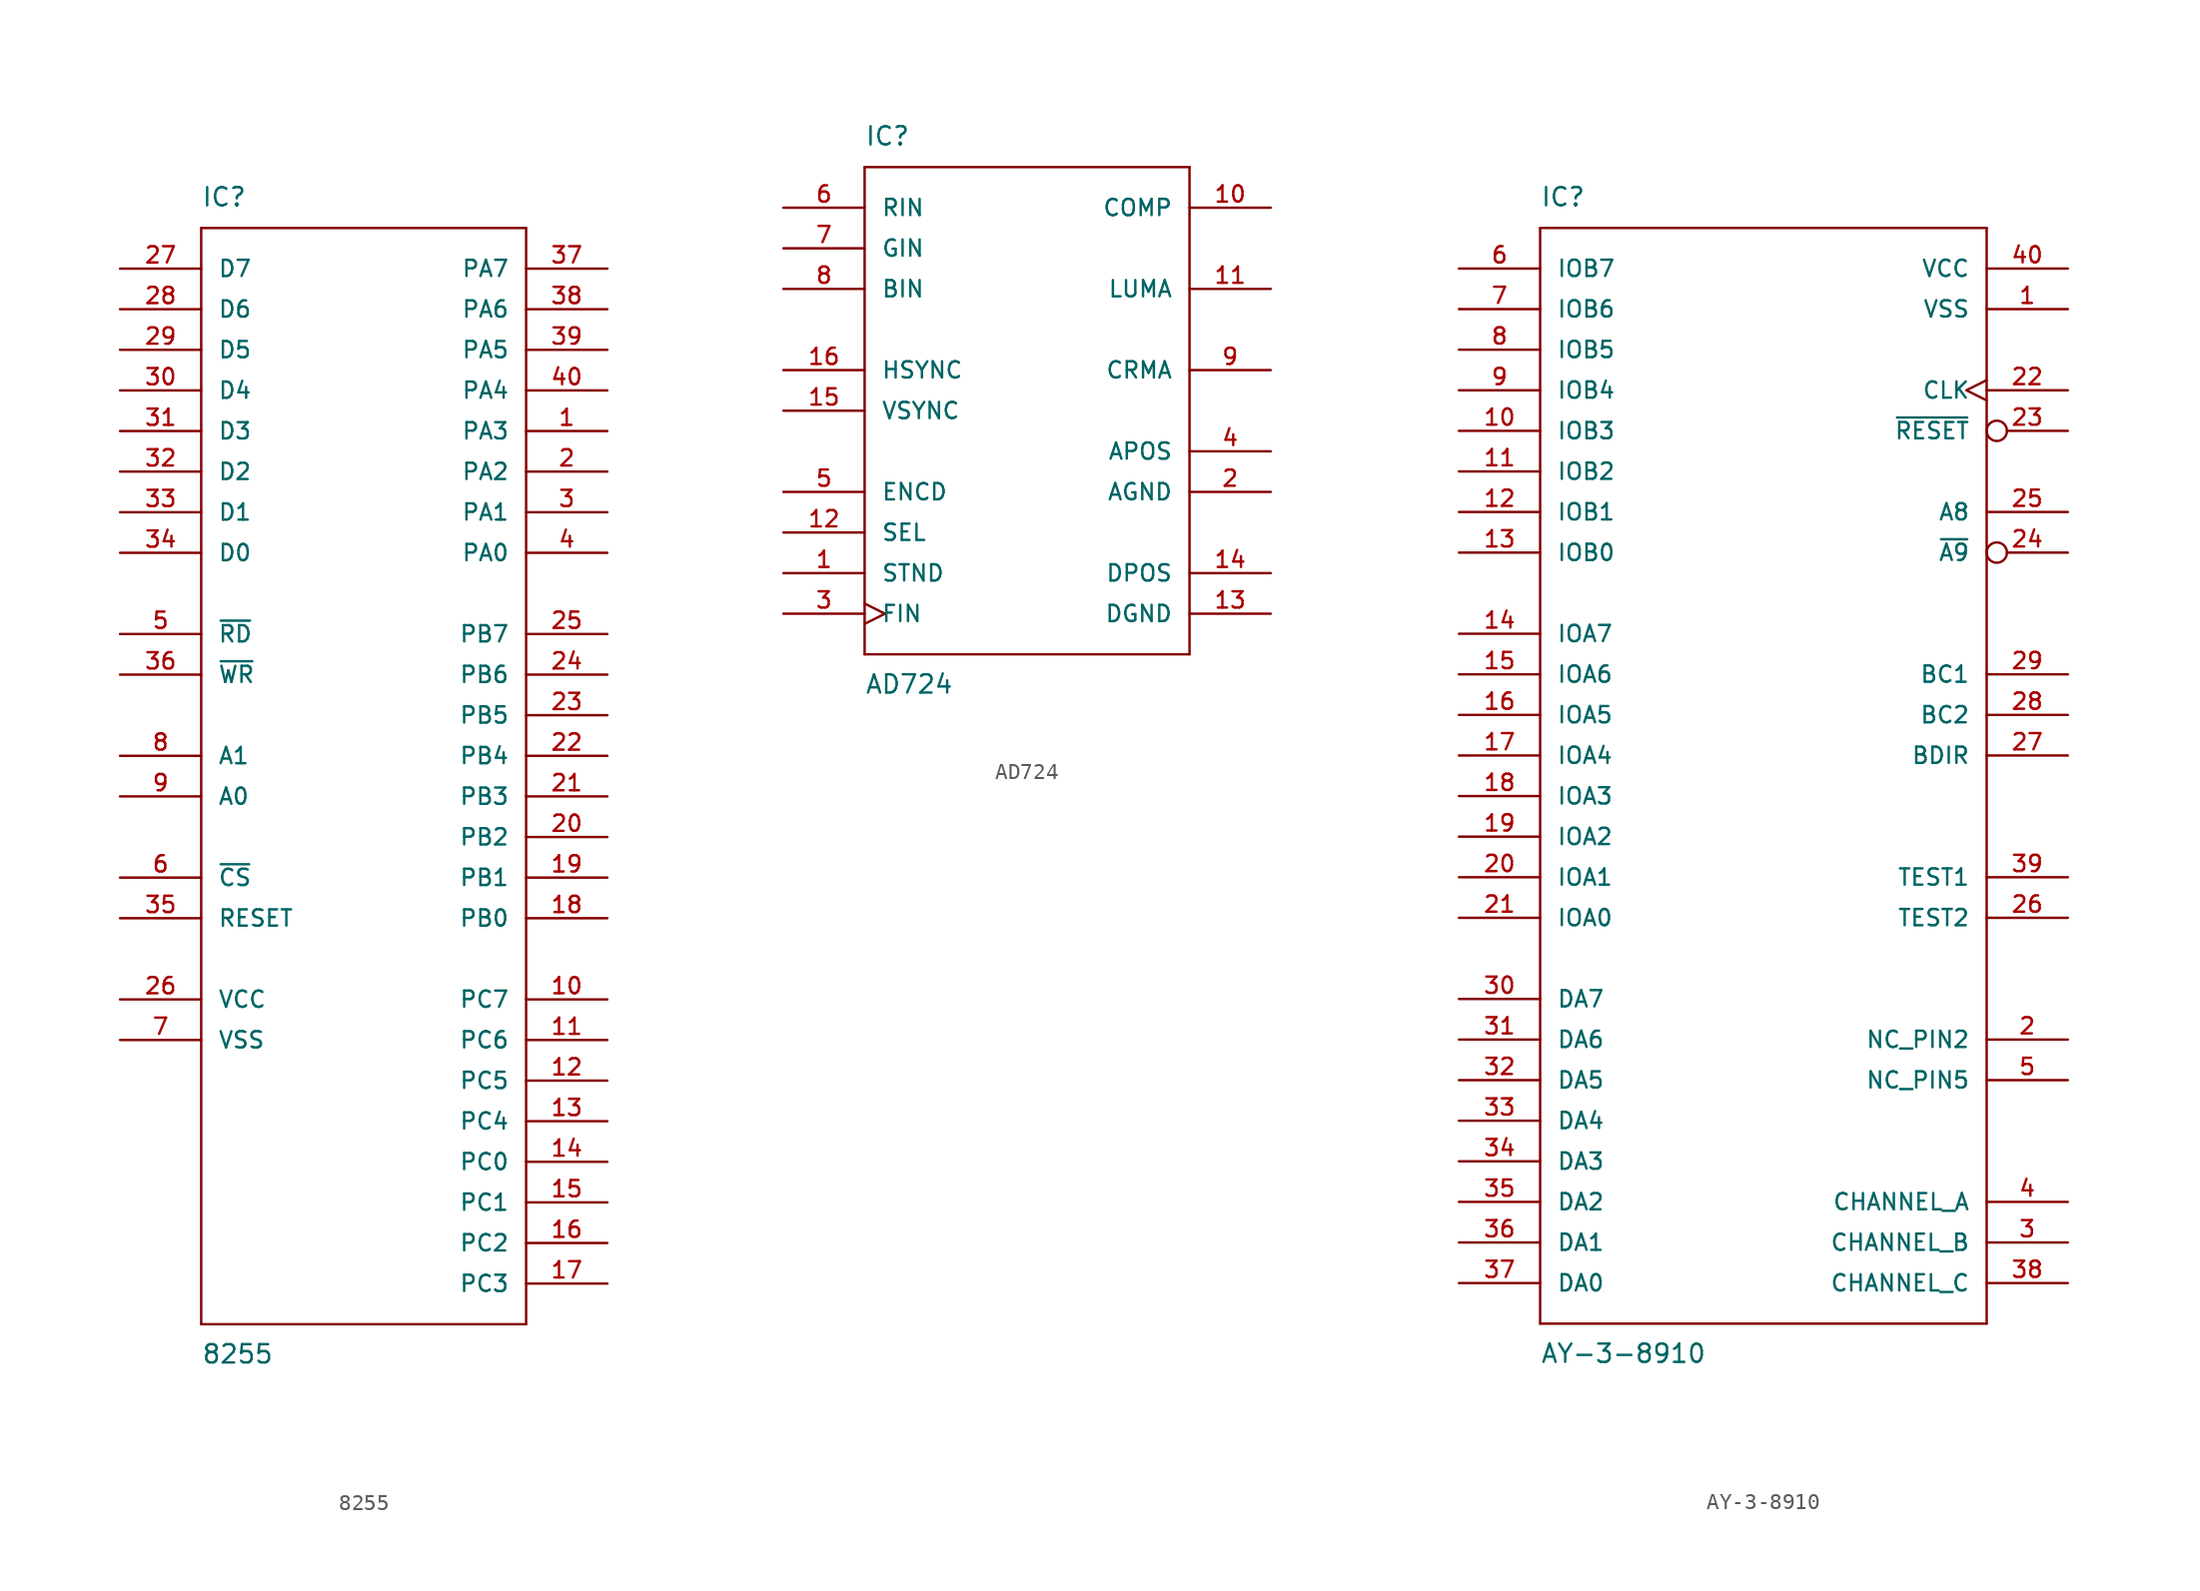
<source format=kicad_sym>
(kicad_symbol_lib
  (version 20211014)
  (generator kicad_symbol_editor)
  (symbol "8255"
    (pin_names
      (offset 1.016))
    (property "Reference" "IC"
      (at -10.16 36.83 0)
      (effects (font (size 1.143 1.143)) (justify left bottom)))
    (property "Value" "8255"
      (at -10.16 -35.56 0)
      (effects (font (size 1.143 1.143)) (justify left bottom)))
    (property "ki_locked" ""
      (at 0 0 0)
      (effects (font (size 1.27 1.27))))
    (symbol "8255_1_0"
      (polyline (pts (xy -10.16 -33.02) (xy -10.16 35.56)) (stroke (width 0) (type default) (color 0 0 0 0)) (fill (type none)))
      (polyline (pts (xy -10.16 35.56) (xy 10.16 35.56)) (stroke (width 0) (type default) (color 0 0 0 0)) (fill (type none)))
      (polyline (pts (xy 10.16 -33.02) (xy -10.16 -33.02)) (stroke (width 0) (type default) (color 0 0 0 0)) (fill (type none)))
      (polyline (pts (xy 10.16 35.56) (xy 10.16 -33.02)) (stroke (width 0) (type default) (color 0 0 0 0)) (fill (type none))))
    (symbol "8255_1_1"
      (pin bidirectional line (at 15.24 22.86 180) (length 5.08) (name "PA3" (effects (font (size 1.016 1.016)))) (number "1" (effects (font (size 1.016 1.016)))))
      (pin bidirectional line (at 15.24 -12.7 180) (length 5.08) (name "PC7" (effects (font (size 1.016 1.016)))) (number "10" (effects (font (size 1.016 1.016)))))
      (pin bidirectional line (at 15.24 -15.24 180) (length 5.08) (name "PC6" (effects (font (size 1.016 1.016)))) (number "11" (effects (font (size 1.016 1.016)))))
      (pin bidirectional line (at 15.24 -17.78 180) (length 5.08) (name "PC5" (effects (font (size 1.016 1.016)))) (number "12" (effects (font (size 1.016 1.016)))))
      (pin bidirectional line (at 15.24 -20.32 180) (length 5.08) (name "PC4" (effects (font (size 1.016 1.016)))) (number "13" (effects (font (size 1.016 1.016)))))
      (pin bidirectional line (at 15.24 -22.86 180) (length 5.08) (name "PC0" (effects (font (size 1.016 1.016)))) (number "14" (effects (font (size 1.016 1.016)))))
      (pin bidirectional line (at 15.24 -25.4 180) (length 5.08) (name "PC1" (effects (font (size 1.016 1.016)))) (number "15" (effects (font (size 1.016 1.016)))))
      (pin bidirectional line (at 15.24 -27.94 180) (length 5.08) (name "PC2" (effects (font (size 1.016 1.016)))) (number "16" (effects (font (size 1.016 1.016)))))
      (pin bidirectional line (at 15.24 -30.48 180) (length 5.08) (name "PC3" (effects (font (size 1.016 1.016)))) (number "17" (effects (font (size 1.016 1.016)))))
      (pin bidirectional line (at 15.24 -7.62 180) (length 5.08) (name "PB0" (effects (font (size 1.016 1.016)))) (number "18" (effects (font (size 1.016 1.016)))))
      (pin bidirectional line (at 15.24 -5.08 180) (length 5.08) (name "PB1" (effects (font (size 1.016 1.016)))) (number "19" (effects (font (size 1.016 1.016)))))
      (pin bidirectional line (at 15.24 20.32 180) (length 5.08) (name "PA2" (effects (font (size 1.016 1.016)))) (number "2" (effects (font (size 1.016 1.016)))))
      (pin bidirectional line (at 15.24 -2.54 180) (length 5.08) (name "PB2" (effects (font (size 1.016 1.016)))) (number "20" (effects (font (size 1.016 1.016)))))
      (pin bidirectional line (at 15.24 0 180) (length 5.08) (name "PB3" (effects (font (size 1.016 1.016)))) (number "21" (effects (font (size 1.016 1.016)))))
      (pin bidirectional line (at 15.24 2.54 180) (length 5.08) (name "PB4" (effects (font (size 1.016 1.016)))) (number "22" (effects (font (size 1.016 1.016)))))
      (pin bidirectional line (at 15.24 5.08 180) (length 5.08) (name "PB5" (effects (font (size 1.016 1.016)))) (number "23" (effects (font (size 1.016 1.016)))))
      (pin bidirectional line (at 15.24 7.62 180) (length 5.08) (name "PB6" (effects (font (size 1.016 1.016)))) (number "24" (effects (font (size 1.016 1.016)))))
      (pin bidirectional line (at 15.24 10.16 180) (length 5.08) (name "PB7" (effects (font (size 1.016 1.016)))) (number "25" (effects (font (size 1.016 1.016)))))
      (pin power_in line (at -15.24 -12.7 0) (length 5.08) (name "VCC" (effects (font (size 1.016 1.016)))) (number "26" (effects (font (size 1.016 1.016)))))
      (pin bidirectional line (at -15.24 33.02 0) (length 5.08) (name "D7" (effects (font (size 1.016 1.016)))) (number "27" (effects (font (size 1.016 1.016)))))
      (pin bidirectional line (at -15.24 30.48 0) (length 5.08) (name "D6" (effects (font (size 1.016 1.016)))) (number "28" (effects (font (size 1.016 1.016)))))
      (pin bidirectional line (at -15.24 27.94 0) (length 5.08) (name "D5" (effects (font (size 1.016 1.016)))) (number "29" (effects (font (size 1.016 1.016)))))
      (pin bidirectional line (at 15.24 17.78 180) (length 5.08) (name "PA1" (effects (font (size 1.016 1.016)))) (number "3" (effects (font (size 1.016 1.016)))))
      (pin bidirectional line (at -15.24 25.4 0) (length 5.08) (name "D4" (effects (font (size 1.016 1.016)))) (number "30" (effects (font (size 1.016 1.016)))))
      (pin bidirectional line (at -15.24 22.86 0) (length 5.08) (name "D3" (effects (font (size 1.016 1.016)))) (number "31" (effects (font (size 1.016 1.016)))))
      (pin bidirectional line (at -15.24 20.32 0) (length 5.08) (name "D2" (effects (font (size 1.016 1.016)))) (number "32" (effects (font (size 1.016 1.016)))))
      (pin bidirectional line (at -15.24 17.78 0) (length 5.08) (name "D1" (effects (font (size 1.016 1.016)))) (number "33" (effects (font (size 1.016 1.016)))))
      (pin bidirectional line (at -15.24 15.24 0) (length 5.08) (name "D0" (effects (font (size 1.016 1.016)))) (number "34" (effects (font (size 1.016 1.016)))))
      (pin input line (at -15.24 -7.62 0) (length 5.08) (name "RESET" (effects (font (size 1.016 1.016)))) (number "35" (effects (font (size 1.016 1.016)))))
      (pin input line (at -15.24 7.62 0) (length 5.08) (name "~{WR}" (effects (font (size 1.016 1.016)))) (number "36" (effects (font (size 1.016 1.016)))))
      (pin bidirectional line (at 15.24 33.02 180) (length 5.08) (name "PA7" (effects (font (size 1.016 1.016)))) (number "37" (effects (font (size 1.016 1.016)))))
      (pin bidirectional line (at 15.24 30.48 180) (length 5.08) (name "PA6" (effects (font (size 1.016 1.016)))) (number "38" (effects (font (size 1.016 1.016)))))
      (pin bidirectional line (at 15.24 27.94 180) (length 5.08) (name "PA5" (effects (font (size 1.016 1.016)))) (number "39" (effects (font (size 1.016 1.016)))))
      (pin bidirectional line (at 15.24 15.24 180) (length 5.08) (name "PA0" (effects (font (size 1.016 1.016)))) (number "4" (effects (font (size 1.016 1.016)))))
      (pin bidirectional line (at 15.24 25.4 180) (length 5.08) (name "PA4" (effects (font (size 1.016 1.016)))) (number "40" (effects (font (size 1.016 1.016)))))
      (pin input line (at -15.24 10.16 0) (length 5.08) (name "~{RD}" (effects (font (size 1.016 1.016)))) (number "5" (effects (font (size 1.016 1.016)))))
      (pin input line (at -15.24 -5.08 0) (length 5.08) (name "~{CS}" (effects (font (size 1.016 1.016)))) (number "6" (effects (font (size 1.016 1.016)))))
      (pin power_in line (at -15.24 -15.24 0) (length 5.08) (name "VSS" (effects (font (size 1.016 1.016)))) (number "7" (effects (font (size 1.016 1.016)))))
      (pin input line (at -15.24 2.54 0) (length 5.08) (name "A1" (effects (font (size 1.016 1.016)))) (number "8" (effects (font (size 1.016 1.016)))))
      (pin input line (at -15.24 0 0) (length 5.08) (name "A0" (effects (font (size 1.016 1.016)))) (number "9" (effects (font (size 1.016 1.016)))))))
  (symbol "AD724"
    (pin_names
      (offset 1.016))
    (property "Reference" "IC"
      (at -10.16 16.51 0)
      (effects (font (size 1.143 1.143)) (justify left bottom)))
    (property "Value" "AD724"
      (at -10.16 -17.78 0)
      (effects (font (size 1.143 1.143)) (justify left bottom)))
    (property "ki_locked" ""
      (at 0 0 0)
      (effects (font (size 1.27 1.27))))
    (symbol "AD724_1_0"
      (polyline (pts (xy -10.16 -15.24) (xy -10.16 15.24)) (stroke (width 0) (type default) (color 0 0 0 0)) (fill (type none)))
      (polyline (pts (xy -10.16 15.24) (xy 10.16 15.24)) (stroke (width 0) (type default) (color 0 0 0 0)) (fill (type none)))
      (polyline (pts (xy 10.16 -15.24) (xy -10.16 -15.24)) (stroke (width 0) (type default) (color 0 0 0 0)) (fill (type none)))
      (polyline (pts (xy 10.16 15.24) (xy 10.16 -15.24)) (stroke (width 0) (type default) (color 0 0 0 0)) (fill (type none))))
    (symbol "AD724_1_1"
      (pin input line (at -15.24 -10.16 0) (length 5.08) (name "STND" (effects (font (size 1.016 1.016)))) (number "1" (effects (font (size 1.016 1.016)))))
      (pin output line (at 15.24 12.7 180) (length 5.08) (name "COMP" (effects (font (size 1.016 1.016)))) (number "10" (effects (font (size 1.016 1.016)))))
      (pin output line (at 15.24 7.62 180) (length 5.08) (name "LUMA" (effects (font (size 1.016 1.016)))) (number "11" (effects (font (size 1.016 1.016)))))
      (pin input line (at -15.24 -7.62 0) (length 5.08) (name "SEL" (effects (font (size 1.016 1.016)))) (number "12" (effects (font (size 1.016 1.016)))))
      (pin power_in line (at 15.24 -12.7 180) (length 5.08) (name "DGND" (effects (font (size 1.016 1.016)))) (number "13" (effects (font (size 1.016 1.016)))))
      (pin power_in line (at 15.24 -10.16 180) (length 5.08) (name "DPOS" (effects (font (size 1.016 1.016)))) (number "14" (effects (font (size 1.016 1.016)))))
      (pin input line (at -15.24 0 0) (length 5.08) (name "VSYNC" (effects (font (size 1.016 1.016)))) (number "15" (effects (font (size 1.016 1.016)))))
      (pin input line (at -15.24 2.54 0) (length 5.08) (name "HSYNC" (effects (font (size 1.016 1.016)))) (number "16" (effects (font (size 1.016 1.016)))))
      (pin power_in line (at 15.24 -5.08 180) (length 5.08) (name "AGND" (effects (font (size 1.016 1.016)))) (number "2" (effects (font (size 1.016 1.016)))))
      (pin input clock (at -15.24 -12.7 0) (length 5.08) (name "FIN" (effects (font (size 1.016 1.016)))) (number "3" (effects (font (size 1.016 1.016)))))
      (pin power_in line (at 15.24 -2.54 180) (length 5.08) (name "APOS" (effects (font (size 1.016 1.016)))) (number "4" (effects (font (size 1.016 1.016)))))
      (pin input line (at -15.24 -5.08 0) (length 5.08) (name "ENCD" (effects (font (size 1.016 1.016)))) (number "5" (effects (font (size 1.016 1.016)))))
      (pin input line (at -15.24 12.7 0) (length 5.08) (name "RIN" (effects (font (size 1.016 1.016)))) (number "6" (effects (font (size 1.016 1.016)))))
      (pin input line (at -15.24 10.16 0) (length 5.08) (name "GIN" (effects (font (size 1.016 1.016)))) (number "7" (effects (font (size 1.016 1.016)))))
      (pin input line (at -15.24 7.62 0) (length 5.08) (name "BIN" (effects (font (size 1.016 1.016)))) (number "8" (effects (font (size 1.016 1.016)))))
      (pin output line (at 15.24 2.54 180) (length 5.08) (name "CRMA" (effects (font (size 1.016 1.016)))) (number "9" (effects (font (size 1.016 1.016)))))))
  (symbol "AY-3-8910"
    (pin_names
      (offset 1.016))
    (property "Reference" "IC"
      (at -15.24 36.83 0)
      (effects (font (size 1.143 1.143)) (justify left bottom)))
    (property "Value" "AY-3-8910"
      (at -15.24 -35.56 0)
      (effects (font (size 1.143 1.143)) (justify left bottom)))
    (property "ki_locked" ""
      (at 0 0 0)
      (effects (font (size 1.27 1.27))))
    (symbol "AY-3-8910_1_0"
      (polyline (pts (xy -15.24 -33.02) (xy 12.7 -33.02)) (stroke (width 0) (type default) (color 0 0 0 0)) (fill (type none)))
      (polyline (pts (xy -15.24 35.56) (xy -15.24 -33.02)) (stroke (width 0) (type default) (color 0 0 0 0)) (fill (type none)))
      (polyline (pts (xy 12.7 -33.02) (xy 12.7 35.56)) (stroke (width 0) (type default) (color 0 0 0 0)) (fill (type none)))
      (polyline (pts (xy 12.7 35.56) (xy -15.24 35.56)) (stroke (width 0) (type default) (color 0 0 0 0)) (fill (type none))))
    (symbol "AY-3-8910_1_1"
      (pin power_in line (at 17.78 30.48 180) (length 5.08) (name "VSS" (effects (font (size 1.016 1.016)))) (number "1" (effects (font (size 1.016 1.016)))))
      (pin bidirectional line (at -20.32 22.86 0) (length 5.08) (name "IOB3" (effects (font (size 1.016 1.016)))) (number "10" (effects (font (size 1.016 1.016)))))
      (pin bidirectional line (at -20.32 20.32 0) (length 5.08) (name "IOB2" (effects (font (size 1.016 1.016)))) (number "11" (effects (font (size 1.016 1.016)))))
      (pin bidirectional line (at -20.32 17.78 0) (length 5.08) (name "IOB1" (effects (font (size 1.016 1.016)))) (number "12" (effects (font (size 1.016 1.016)))))
      (pin bidirectional line (at -20.32 15.24 0) (length 5.08) (name "IOB0" (effects (font (size 1.016 1.016)))) (number "13" (effects (font (size 1.016 1.016)))))
      (pin bidirectional line (at -20.32 10.16 0) (length 5.08) (name "IOA7" (effects (font (size 1.016 1.016)))) (number "14" (effects (font (size 1.016 1.016)))))
      (pin bidirectional line (at -20.32 7.62 0) (length 5.08) (name "IOA6" (effects (font (size 1.016 1.016)))) (number "15" (effects (font (size 1.016 1.016)))))
      (pin bidirectional line (at -20.32 5.08 0) (length 5.08) (name "IOA5" (effects (font (size 1.016 1.016)))) (number "16" (effects (font (size 1.016 1.016)))))
      (pin bidirectional line (at -20.32 2.54 0) (length 5.08) (name "IOA4" (effects (font (size 1.016 1.016)))) (number "17" (effects (font (size 1.016 1.016)))))
      (pin bidirectional line (at -20.32 0 0) (length 5.08) (name "IOA3" (effects (font (size 1.016 1.016)))) (number "18" (effects (font (size 1.016 1.016)))))
      (pin bidirectional line (at -20.32 -2.54 0) (length 5.08) (name "IOA2" (effects (font (size 1.016 1.016)))) (number "19" (effects (font (size 1.016 1.016)))))
      (pin unspecified line (at 17.78 -15.24 180) (length 5.08) (name "NC_PIN2" (effects (font (size 1.016 1.016)))) (number "2" (effects (font (size 1.016 1.016)))))
      (pin bidirectional line (at -20.32 -5.08 0) (length 5.08) (name "IOA1" (effects (font (size 1.016 1.016)))) (number "20" (effects (font (size 1.016 1.016)))))
      (pin bidirectional line (at -20.32 -7.62 0) (length 5.08) (name "IOA0" (effects (font (size 1.016 1.016)))) (number "21" (effects (font (size 1.016 1.016)))))
      (pin input clock (at 17.78 25.4 180) (length 5.08) (name "CLK" (effects (font (size 1.016 1.016)))) (number "22" (effects (font (size 1.016 1.016)))))
      (pin input inverted (at 17.78 22.86 180) (length 5.08) (name "~{RESET}" (effects (font (size 1.016 1.016)))) (number "23" (effects (font (size 1.016 1.016)))))
      (pin bidirectional inverted (at 17.78 15.24 180) (length 5.08) (name "~{A9}" (effects (font (size 1.016 1.016)))) (number "24" (effects (font (size 1.016 1.016)))))
      (pin bidirectional line (at 17.78 17.78 180) (length 5.08) (name "A8" (effects (font (size 1.016 1.016)))) (number "25" (effects (font (size 1.016 1.016)))))
      (pin unspecified line (at 17.78 -7.62 180) (length 5.08) (name "TEST2" (effects (font (size 1.016 1.016)))) (number "26" (effects (font (size 1.016 1.016)))))
      (pin input line (at 17.78 2.54 180) (length 5.08) (name "BDIR" (effects (font (size 1.016 1.016)))) (number "27" (effects (font (size 1.016 1.016)))))
      (pin input line (at 17.78 5.08 180) (length 5.08) (name "BC2" (effects (font (size 1.016 1.016)))) (number "28" (effects (font (size 1.016 1.016)))))
      (pin input line (at 17.78 7.62 180) (length 5.08) (name "BC1" (effects (font (size 1.016 1.016)))) (number "29" (effects (font (size 1.016 1.016)))))
      (pin output line (at 17.78 -27.94 180) (length 5.08) (name "CHANNEL_B" (effects (font (size 1.016 1.016)))) (number "3" (effects (font (size 1.016 1.016)))))
      (pin bidirectional line (at -20.32 -12.7 0) (length 5.08) (name "DA7" (effects (font (size 1.016 1.016)))) (number "30" (effects (font (size 1.016 1.016)))))
      (pin bidirectional line (at -20.32 -15.24 0) (length 5.08) (name "DA6" (effects (font (size 1.016 1.016)))) (number "31" (effects (font (size 1.016 1.016)))))
      (pin bidirectional line (at -20.32 -17.78 0) (length 5.08) (name "DA5" (effects (font (size 1.016 1.016)))) (number "32" (effects (font (size 1.016 1.016)))))
      (pin bidirectional line (at -20.32 -20.32 0) (length 5.08) (name "DA4" (effects (font (size 1.016 1.016)))) (number "33" (effects (font (size 1.016 1.016)))))
      (pin bidirectional line (at -20.32 -22.86 0) (length 5.08) (name "DA3" (effects (font (size 1.016 1.016)))) (number "34" (effects (font (size 1.016 1.016)))))
      (pin bidirectional line (at -20.32 -25.4 0) (length 5.08) (name "DA2" (effects (font (size 1.016 1.016)))) (number "35" (effects (font (size 1.016 1.016)))))
      (pin bidirectional line (at -20.32 -27.94 0) (length 5.08) (name "DA1" (effects (font (size 1.016 1.016)))) (number "36" (effects (font (size 1.016 1.016)))))
      (pin bidirectional line (at -20.32 -30.48 0) (length 5.08) (name "DA0" (effects (font (size 1.016 1.016)))) (number "37" (effects (font (size 1.016 1.016)))))
      (pin output line (at 17.78 -30.48 180) (length 5.08) (name "CHANNEL_C" (effects (font (size 1.016 1.016)))) (number "38" (effects (font (size 1.016 1.016)))))
      (pin unspecified line (at 17.78 -5.08 180) (length 5.08) (name "TEST1" (effects (font (size 1.016 1.016)))) (number "39" (effects (font (size 1.016 1.016)))))
      (pin output line (at 17.78 -25.4 180) (length 5.08) (name "CHANNEL_A" (effects (font (size 1.016 1.016)))) (number "4" (effects (font (size 1.016 1.016)))))
      (pin power_in line (at 17.78 33.02 180) (length 5.08) (name "VCC" (effects (font (size 1.016 1.016)))) (number "40" (effects (font (size 1.016 1.016)))))
      (pin bidirectional line (at 17.78 -17.78 180) (length 5.08) (name "NC_PIN5" (effects (font (size 1.016 1.016)))) (number "5" (effects (font (size 1.016 1.016)))))
      (pin bidirectional line (at -20.32 33.02 0) (length 5.08) (name "IOB7" (effects (font (size 1.016 1.016)))) (number "6" (effects (font (size 1.016 1.016)))))
      (pin bidirectional line (at -20.32 30.48 0) (length 5.08) (name "IOB6" (effects (font (size 1.016 1.016)))) (number "7" (effects (font (size 1.016 1.016)))))
      (pin bidirectional line (at -20.32 27.94 0) (length 5.08) (name "IOB5" (effects (font (size 1.016 1.016)))) (number "8" (effects (font (size 1.016 1.016)))))
      (pin bidirectional line (at -20.32 25.4 0) (length 5.08) (name "IOB4" (effects (font (size 1.016 1.016)))) (number "9" (effects (font (size 1.016 1.016))))))))
</source>
